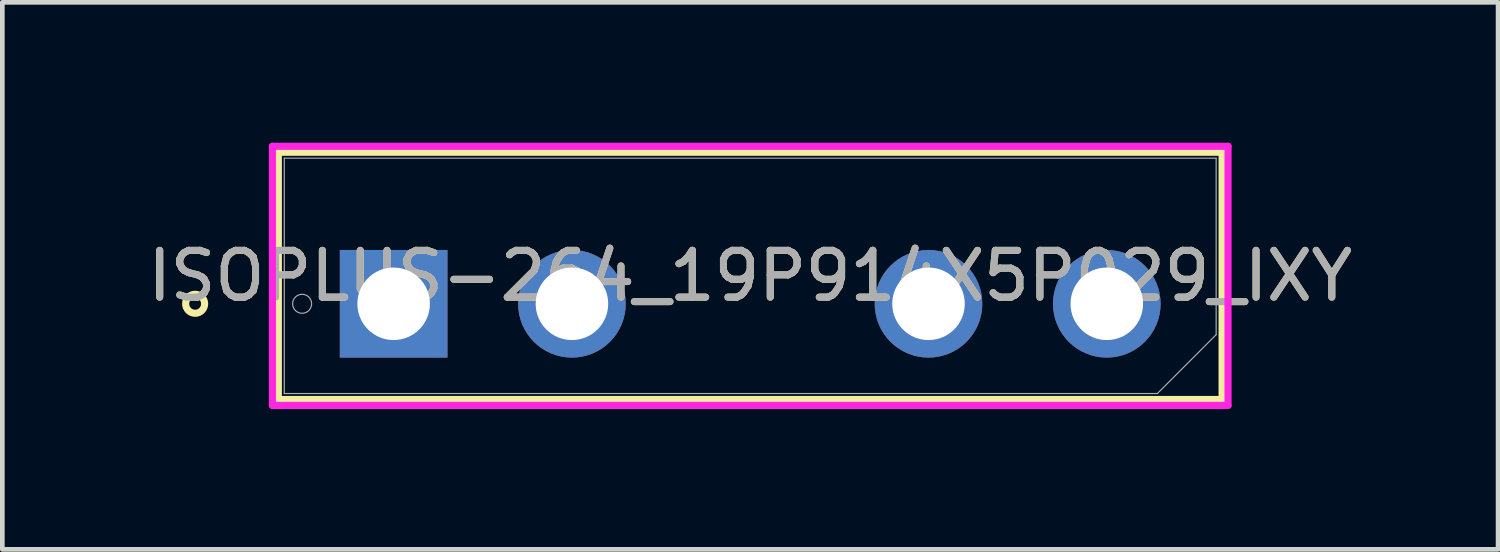
<source format=kicad_pcb>
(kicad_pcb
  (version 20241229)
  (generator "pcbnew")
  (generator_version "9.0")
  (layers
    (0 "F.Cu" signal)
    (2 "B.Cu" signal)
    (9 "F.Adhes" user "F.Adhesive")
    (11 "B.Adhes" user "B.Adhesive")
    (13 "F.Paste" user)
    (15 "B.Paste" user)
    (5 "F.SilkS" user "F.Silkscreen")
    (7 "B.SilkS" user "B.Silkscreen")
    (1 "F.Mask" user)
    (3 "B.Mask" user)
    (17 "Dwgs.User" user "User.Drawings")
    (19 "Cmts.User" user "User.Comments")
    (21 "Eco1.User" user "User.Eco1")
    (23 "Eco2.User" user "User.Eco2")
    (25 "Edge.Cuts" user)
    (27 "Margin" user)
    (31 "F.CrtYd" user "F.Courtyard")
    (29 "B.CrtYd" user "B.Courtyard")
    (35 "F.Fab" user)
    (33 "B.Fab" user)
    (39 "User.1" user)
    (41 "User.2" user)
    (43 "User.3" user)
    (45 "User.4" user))
  (footprint "ISOPLUS-264_19P914X5P029_IXY"
    (layer "F.Cu")
    (at 5.362 3.442)
    (property "Reference" "ISOPLUS-264_19P914X5P029_IXY" (at 7.62 -0.597 0) (unlocked yes) (layer "F.SilkS") (effects (font (size 1 1) (thickness 0.15))))
    (attr through_hole)
    (fp_line (start -2.464 -3.239) (end 17.704 -3.239) (stroke (width 0.152) (type solid)) (layer "F.SilkS"))
    (fp_line (start -2.464 2.045) (end -2.464 -3.239) (stroke (width 0.152) (type solid)) (layer "F.SilkS"))
    (fp_line (start 17.704 -3.239) (end 17.704 2.045) (stroke (width 0.152) (type solid)) (layer "F.SilkS"))
    (fp_line (start 17.704 2.045) (end -2.464 2.045) (stroke (width 0.152) (type solid)) (layer "F.SilkS"))
    (fp_circle (center -4.242 0) (end -4.039 0) (stroke (width 0.152) (type solid)) (fill no) (layer "F.SilkS"))
    (fp_line (start -2.591 -3.366) (end 17.831 -3.366) (stroke (width 0.152) (type solid)) (layer "F.CrtYd"))
    (fp_line (start -2.591 2.172) (end -2.591 -3.366) (stroke (width 0.152) (type solid)) (layer "F.CrtYd"))
    (fp_line (start 17.831 -3.366) (end 17.831 2.172) (stroke (width 0.152) (type solid)) (layer "F.CrtYd"))
    (fp_line (start 17.831 2.172) (end -2.591 2.172) (stroke (width 0.152) (type solid)) (layer "F.CrtYd"))
    (fp_line (start -2.337 -3.112) (end 17.577 -3.112) (stroke (width 0.025) (type solid)) (layer "F.Fab"))
    (fp_line (start -2.337 1.918) (end -2.337 -3.112) (stroke (width 0.025) (type solid)) (layer "F.Fab"))
    (fp_line (start 16.32 1.918) (end -2.337 1.918) (stroke (width 0.025) (type solid)) (layer "F.Fab"))
    (fp_line (start 17.577 -3.112) (end 17.577 0.66) (stroke (width 0.025) (type solid)) (layer "F.Fab"))
    (fp_line (start 17.577 0.66) (end 16.32 1.918) (stroke (width 0.025) (type solid)) (layer "F.Fab"))
    (fp_circle (center -1.956 0) (end -1.753 0) (stroke (width 0.025) (type solid)) (fill no) (layer "F.Fab"))
    (fp_text user "${REFERENCE}" (at 7.62 -0.597 0) (unlocked yes) (layer "F.Fab") (effects (font (size 1 1) (thickness 0.15))))
    (pad "1" thru_hole rect (at 0 0) (size 2.3 2.3) (drill 1.55) (layers "*.Cu" "*.Mask"))
    (pad "2" thru_hole circle (at 3.81 0) (size 2.3 2.3) (drill 1.55) (layers "*.Cu" "*.Mask"))
    (pad "3" thru_hole circle (at 11.43 0) (size 2.3 2.3) (drill 1.55) (layers "*.Cu" "*.Mask"))
    (pad "4" thru_hole circle (at 15.24 0) (size 2.3 2.3) (drill 1.55) (layers "*.Cu" "*.Mask")))
  (gr_rect
    (start -3 -3)
    (end 28.964 8.69)
    (stroke (width 0.1) (type default))
    (fill no)
    (layer "Edge.Cuts")))
</source>
